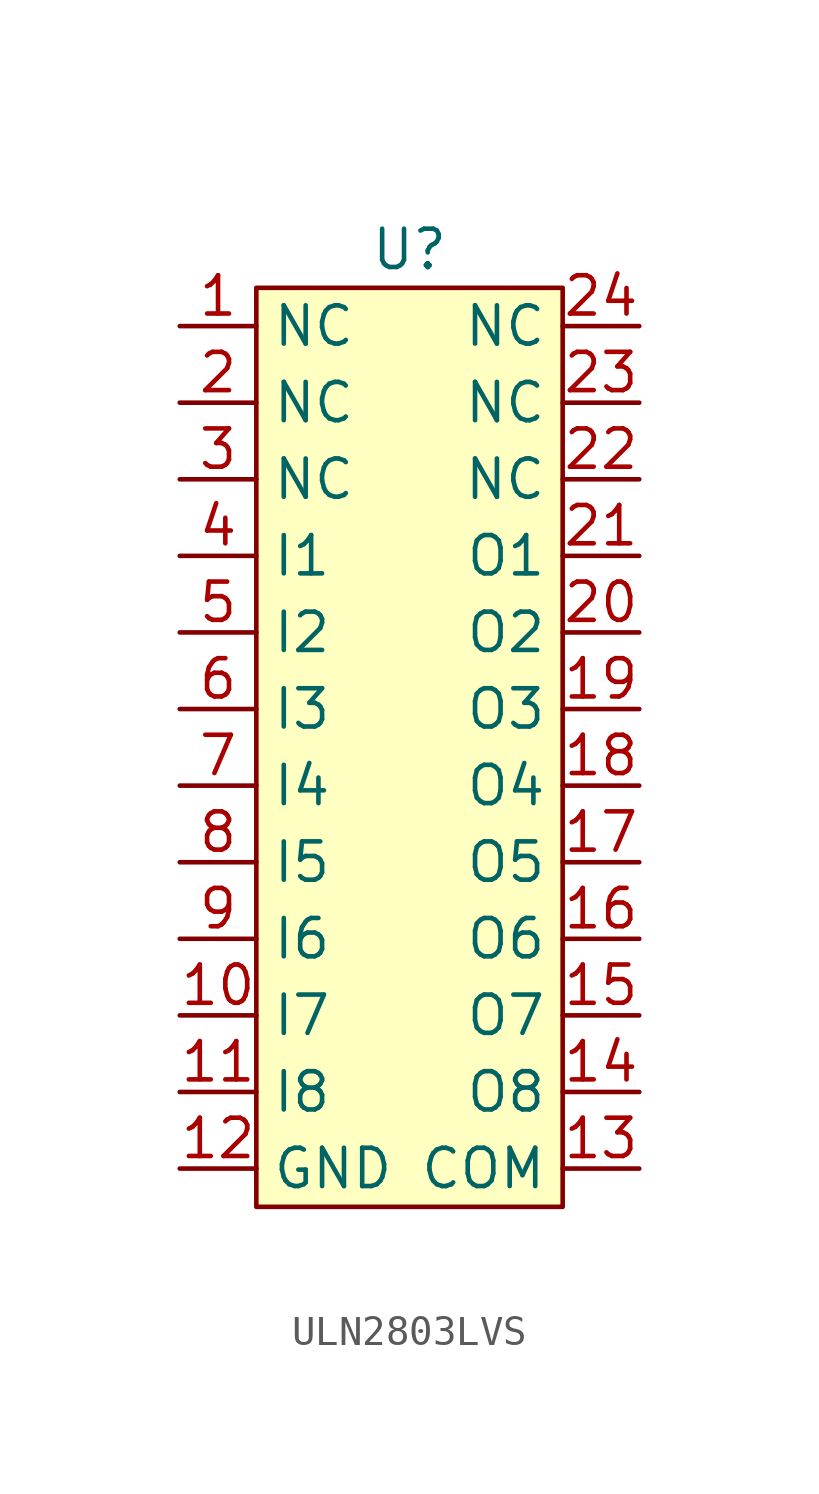
<source format=kicad_sym>
(kicad_symbol_lib
  (version 20220914)
  (generator kicad_symbol_editor)
  (symbol "ULN2803LVS"
    (property "Reference" "U"
      (at 0 5.08 0)
      (effects (font (size 1.27 1.27))))
    (property "Value" ""
      (at -1.27 0 0)
      (effects (font (size 1.27 1.27))))
    (symbol "ULN2803LVS_1_1"
      (rectangle (start -5.08 3.81) (end 5.08 -26.67) (stroke (width 0) (type default)) (fill (type background)))
      (pin input line (at -7.62 2.54 0) (length 2.54) (name "NC" (effects (font (size 1.27 1.27)))) (number "1" (effects (font (size 1.27 1.27)))))
      (pin input line (at -7.62 -20.32 0) (length 2.54) (name "I7" (effects (font (size 1.27 1.27)))) (number "10" (effects (font (size 1.27 1.27)))))
      (pin input line (at -7.62 -22.86 0) (length 2.54) (name "I8" (effects (font (size 1.27 1.27)))) (number "11" (effects (font (size 1.27 1.27)))))
      (pin power_in line (at -7.62 -25.4 0) (length 2.54) (name "GND" (effects (font (size 1.27 1.27)))) (number "12" (effects (font (size 1.27 1.27)))))
      (pin power_in line (at 7.62 -25.4 180) (length 2.54) (name "COM" (effects (font (size 1.27 1.27)))) (number "13" (effects (font (size 1.27 1.27)))))
      (pin output line (at 7.62 -22.86 180) (length 2.54) (name "O8" (effects (font (size 1.27 1.27)))) (number "14" (effects (font (size 1.27 1.27)))))
      (pin output line (at 7.62 -20.32 180) (length 2.54) (name "O7" (effects (font (size 1.27 1.27)))) (number "15" (effects (font (size 1.27 1.27)))))
      (pin output line (at 7.62 -17.78 180) (length 2.54) (name "O6" (effects (font (size 1.27 1.27)))) (number "16" (effects (font (size 1.27 1.27)))))
      (pin output line (at 7.62 -15.24 180) (length 2.54) (name "O5" (effects (font (size 1.27 1.27)))) (number "17" (effects (font (size 1.27 1.27)))))
      (pin output line (at 7.62 -12.7 180) (length 2.54) (name "O4" (effects (font (size 1.27 1.27)))) (number "18" (effects (font (size 1.27 1.27)))))
      (pin output line (at 7.62 -10.16 180) (length 2.54) (name "O3" (effects (font (size 1.27 1.27)))) (number "19" (effects (font (size 1.27 1.27)))))
      (pin input line (at -7.62 0 0) (length 2.54) (name "NC" (effects (font (size 1.27 1.27)))) (number "2" (effects (font (size 1.27 1.27)))))
      (pin output line (at 7.62 -7.62 180) (length 2.54) (name "O2" (effects (font (size 1.27 1.27)))) (number "20" (effects (font (size 1.27 1.27)))))
      (pin output line (at 7.62 -5.08 180) (length 2.54) (name "O1" (effects (font (size 1.27 1.27)))) (number "21" (effects (font (size 1.27 1.27)))))
      (pin input line (at 7.62 -2.54 180) (length 2.54) (name "NC" (effects (font (size 1.27 1.27)))) (number "22" (effects (font (size 1.27 1.27)))))
      (pin input line (at 7.62 0 180) (length 2.54) (name "NC" (effects (font (size 1.27 1.27)))) (number "23" (effects (font (size 1.27 1.27)))))
      (pin input line (at 7.62 2.54 180) (length 2.54) (name "NC" (effects (font (size 1.27 1.27)))) (number "24" (effects (font (size 1.27 1.27)))))
      (pin input line (at -7.62 -2.54 0) (length 2.54) (name "NC" (effects (font (size 1.27 1.27)))) (number "3" (effects (font (size 1.27 1.27)))))
      (pin input line (at -7.62 -5.08 0) (length 2.54) (name "I1" (effects (font (size 1.27 1.27)))) (number "4" (effects (font (size 1.27 1.27)))))
      (pin input line (at -7.62 -7.62 0) (length 2.54) (name "I2" (effects (font (size 1.27 1.27)))) (number "5" (effects (font (size 1.27 1.27)))))
      (pin input line (at -7.62 -10.16 0) (length 2.54) (name "I3" (effects (font (size 1.27 1.27)))) (number "6" (effects (font (size 1.27 1.27)))))
      (pin input line (at -7.62 -12.7 0) (length 2.54) (name "I4" (effects (font (size 1.27 1.27)))) (number "7" (effects (font (size 1.27 1.27)))))
      (pin input line (at -7.62 -15.24 0) (length 2.54) (name "I5" (effects (font (size 1.27 1.27)))) (number "8" (effects (font (size 1.27 1.27)))))
      (pin input line (at -7.62 -17.78 0) (length 2.54) (name "I6" (effects (font (size 1.27 1.27)))) (number "9" (effects (font (size 1.27 1.27))))))))
</source>
